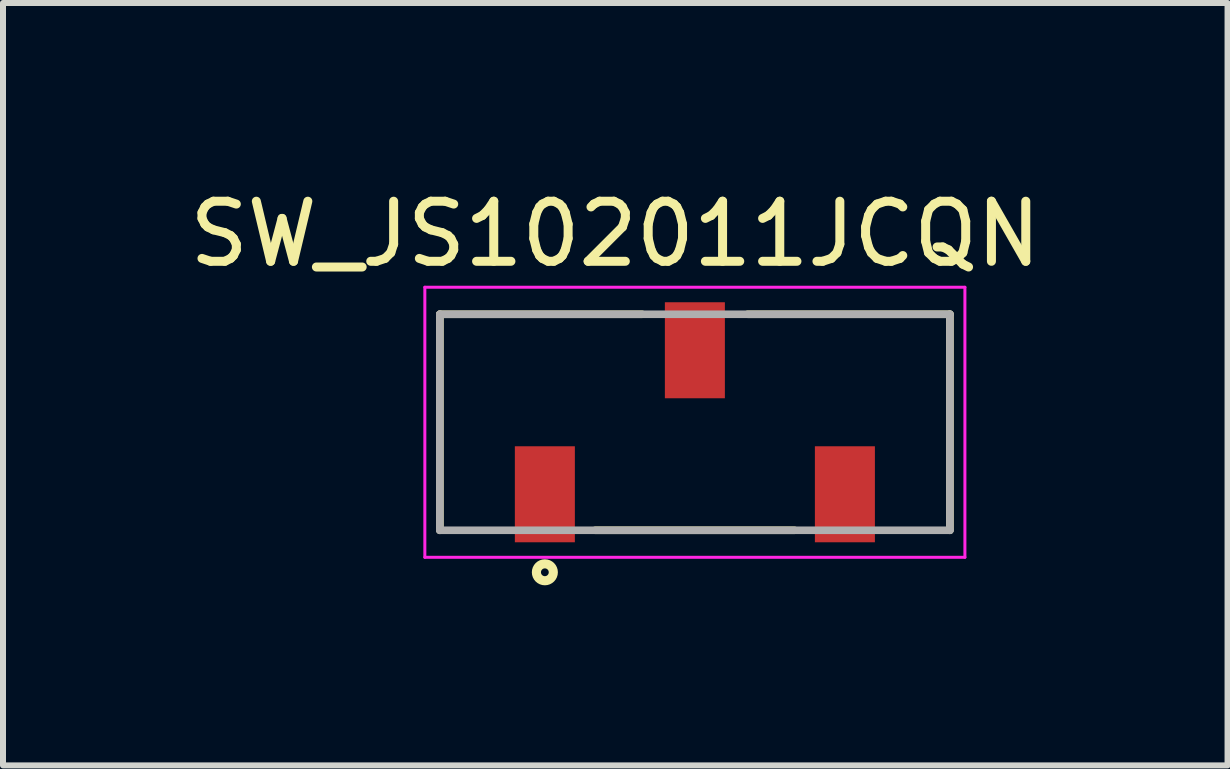
<source format=kicad_pcb>
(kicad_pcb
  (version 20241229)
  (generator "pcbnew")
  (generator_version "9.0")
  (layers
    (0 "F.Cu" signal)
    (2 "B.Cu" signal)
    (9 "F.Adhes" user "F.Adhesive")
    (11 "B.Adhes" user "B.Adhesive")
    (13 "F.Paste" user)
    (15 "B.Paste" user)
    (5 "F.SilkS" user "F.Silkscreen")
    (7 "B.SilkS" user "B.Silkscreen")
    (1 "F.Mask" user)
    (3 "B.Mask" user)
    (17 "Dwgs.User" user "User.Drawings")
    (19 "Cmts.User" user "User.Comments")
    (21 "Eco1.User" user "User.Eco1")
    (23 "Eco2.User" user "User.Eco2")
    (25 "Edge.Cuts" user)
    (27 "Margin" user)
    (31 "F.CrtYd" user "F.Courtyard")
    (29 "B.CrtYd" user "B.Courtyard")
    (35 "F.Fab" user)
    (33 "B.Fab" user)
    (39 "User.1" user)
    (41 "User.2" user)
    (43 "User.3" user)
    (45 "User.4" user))
  (footprint "SW_JS102011JCQN"
    (layer "F.Cu")
    (at 8.53 3.987)
    (property "Reference" "SW_JS102011JCQN" (at -1.326 -3.138 0) (layer "F.SilkS") (effects (font (size 1.001 1.001) (thickness 0.15))))
    (attr through_hole)
    (fp_line (start -4.25 -1.8) (end -0.88 -1.8) (stroke (width 0.127) (type solid)) (layer "F.SilkS"))
    (fp_line (start -4.25 1.8) (end -4.25 -1.8) (stroke (width 0.127) (type solid)) (layer "F.SilkS"))
    (fp_line (start 0.88 -1.8) (end 4.25 -1.8) (stroke (width 0.127) (type solid)) (layer "F.SilkS"))
    (fp_line (start 1.66 1.8) (end -1.66 1.8) (stroke (width 0.127) (type solid)) (layer "F.SilkS"))
    (fp_line (start 4.25 -1.8) (end 4.25 1.8) (stroke (width 0.127) (type solid)) (layer "F.SilkS"))
    (fp_circle (center -2.5 2.5) (end -2.359 2.5) (stroke (width 0.152) (type solid)) (fill no) (layer "F.SilkS"))
    (fp_line (start -4.5 -2.25) (end 4.5 -2.25) (stroke (width 0.05) (type solid)) (layer "F.CrtYd"))
    (fp_line (start -4.5 2.25) (end -4.5 -2.25) (stroke (width 0.05) (type solid)) (layer "F.CrtYd"))
    (fp_line (start 4.5 -2.25) (end 4.5 2.25) (stroke (width 0.05) (type solid)) (layer "F.CrtYd"))
    (fp_line (start 4.5 2.25) (end -4.5 2.25) (stroke (width 0.05) (type solid)) (layer "F.CrtYd"))
    (fp_line (start -4.25 -1.8) (end 4.25 -1.8) (stroke (width 0.127) (type solid)) (layer "F.Fab"))
    (fp_line (start -4.25 1.8) (end -4.25 -1.8) (stroke (width 0.127) (type solid)) (layer "F.Fab"))
    (fp_line (start 4.25 -1.8) (end 4.25 1.8) (stroke (width 0.127) (type solid)) (layer "F.Fab"))
    (fp_line (start 4.25 1.8) (end -4.25 1.8) (stroke (width 0.127) (type solid)) (layer "F.Fab"))
    (pad "1" smd rect (at -2.5 1.2 90) (size 1.6 1) (layers "F.Cu" "F.Mask" "F.Paste"))
    (pad "2" smd rect (at 0 -1.2 90) (size 1.6 1) (layers "F.Cu" "F.Mask" "F.Paste"))
    (pad "3" smd rect (at 2.5 1.2 90) (size 1.6 1) (layers "F.Cu" "F.Mask" "F.Paste")))
  (gr_rect
    (start -3 -3)
    (end 17.407 9.705)
    (stroke (width 0.1) (type default))
    (fill no)
    (layer "Edge.Cuts")))
</source>
